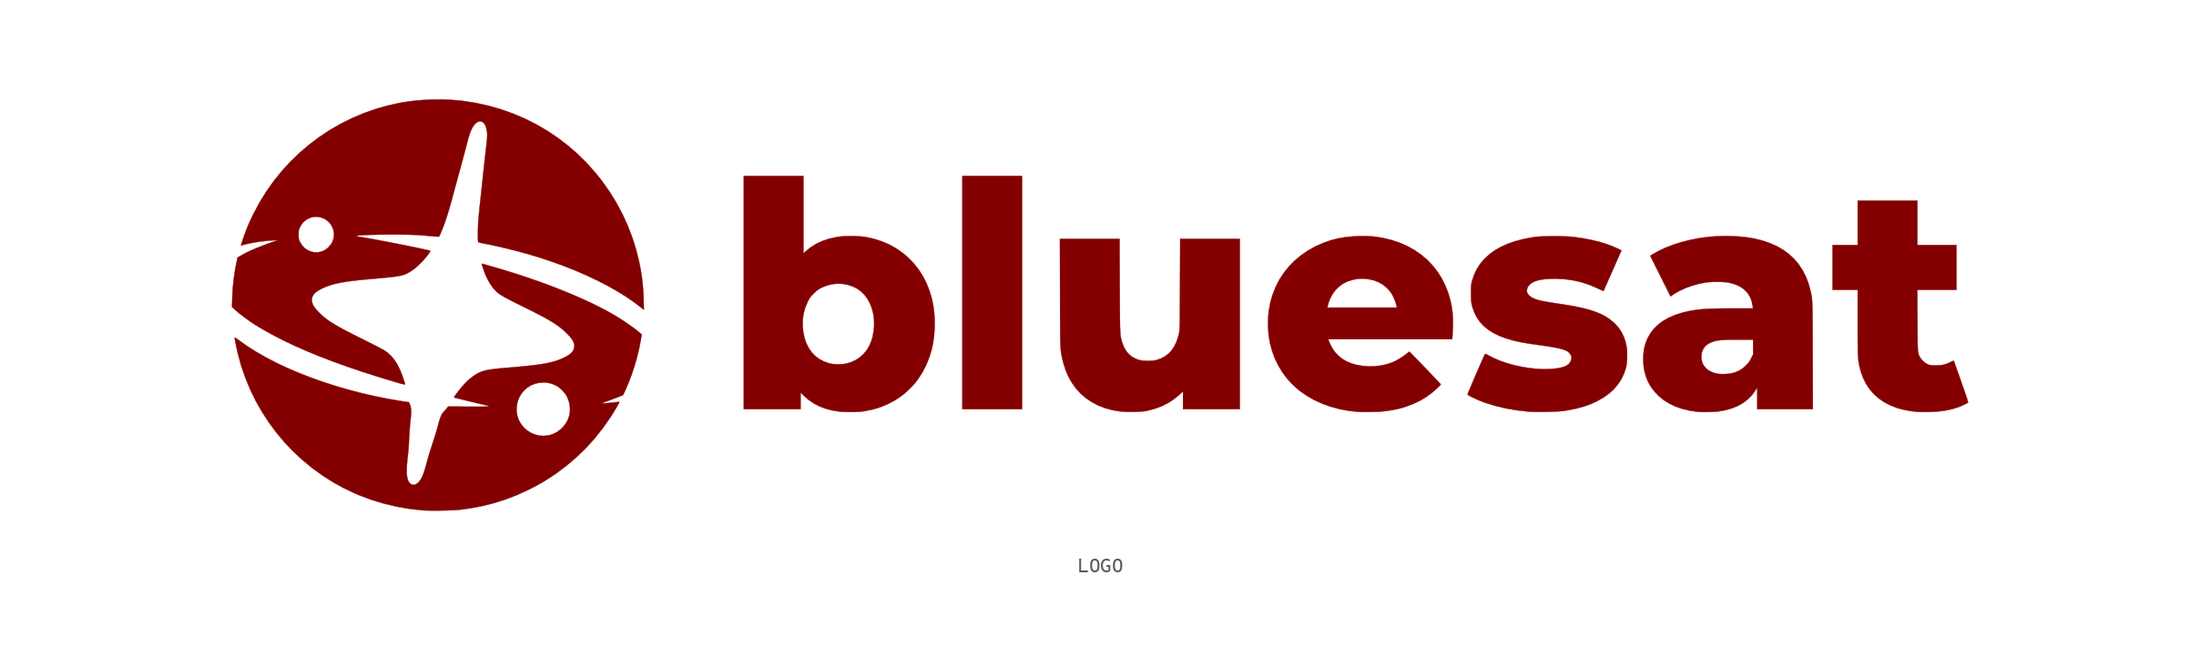
<source format=kicad_sym>
(kicad_symbol_lib
  (version 20210619)
  (generator bitmap2component)
  (symbol "LOGO"
    (pin_names
      (offset 1.016))
    (property "Reference" "#G"
      (at 0 13.492 0)
      (effects (font (size 1.27 1.27)) hide))
    (symbol "LOGO_0_0"
      (polyline (pts (xy -45.496 -14.114) (xy -45.215 -14.11) (xy -44.939 -14.104) (xy -44.679 -14.095) (xy -44.446 -14.085) (xy -44.248 -14.073) (xy -44.096 -14.06) (xy -43.392 -13.964) (xy -42.546 -13.805) (xy -41.728 -13.601) (xy -40.931 -13.349) (xy -40.151 -13.047) (xy -39.381 -12.696) (xy -39.337 -12.674) (xy -39.006 -12.507) (xy -38.711 -12.35) (xy -38.434 -12.193) (xy -38.16 -12.027) (xy -37.874 -11.845) (xy -37.442 -11.552) (xy -36.726 -11.014) (xy -36.05 -10.436) (xy -35.414 -9.819) (xy -34.819 -9.162) (xy -34.263 -8.464) (xy -33.747 -7.727) (xy -33.685 -7.631) (xy -33.58 -7.465) (xy -33.477 -7.298) (xy -33.379 -7.136) (xy -33.291 -6.986) (xy -33.217 -6.855) (xy -33.161 -6.751) (xy -33.128 -6.681) (xy -33.12 -6.651) (xy -33.148 -6.649) (xy -33.221 -6.654) (xy -33.327 -6.664) (xy -33.456 -6.68) (xy -33.539 -6.69) (xy -33.723 -6.71) (xy -33.912 -6.727) (xy -34.074 -6.738) (xy -34.37 -6.755) (xy -33.834 -6.556) (xy -33.655 -6.49) (xy -33.477 -6.423) (xy -33.313 -6.36) (xy -33.176 -6.307) (xy -33.08 -6.269) (xy -32.864 -6.179) (xy -32.733 -5.902) (xy -32.697 -5.824) (xy -32.477 -5.31) (xy -32.269 -4.756) (xy -32.079 -4.178) (xy -31.91 -3.59) (xy -31.769 -3.007) (xy -31.658 -2.444) (xy -31.585 -2.02) (xy -31.706 -1.913) (xy -31.79 -1.842) (xy -31.994 -1.679) (xy -32.235 -1.499) (xy -32.502 -1.309) (xy -32.787 -1.116) (xy -33.079 -0.926) (xy -33.37 -0.745) (xy -33.65 -0.58) (xy -33.729 -0.536) (xy -34.328 -0.212) (xy -34.978 0.112) (xy -35.677 0.437) (xy -36.419 0.76) (xy -37.202 1.079) (xy -38.021 1.394) (xy -38.872 1.702) (xy -39.751 2.002) (xy -40.655 2.292) (xy -40.748 2.321) (xy -40.949 2.382) (xy -41.164 2.447) (xy -41.384 2.513) (xy -41.604 2.577) (xy -41.817 2.639) (xy -42.016 2.696) (xy -42.195 2.747) (xy -42.346 2.789) (xy -42.463 2.82) (xy -42.54 2.839) (xy -42.569 2.844) (xy -42.569 2.844) (xy -42.565 2.811) (xy -42.544 2.736) (xy -42.511 2.63) (xy -42.468 2.504) (xy -42.421 2.369) (xy -42.371 2.234) (xy -42.323 2.11) (xy -42.281 2.009) (xy -42.142 1.721) (xy -41.951 1.397) (xy -41.743 1.118) (xy -41.523 0.89) (xy -41.469 0.845) (xy -41.366 0.769) (xy -41.237 0.684) (xy -41.077 0.589) (xy -40.883 0.48) (xy -40.651 0.357) (xy -40.379 0.217) (xy -40.062 0.058) (xy -39.696 -0.122) (xy -39.421 -0.257) (xy -39.006 -0.464) (xy -38.638 -0.653) (xy -38.31 -0.828) (xy -38.019 -0.991) (xy -37.761 -1.143) (xy -37.531 -1.29) (xy -37.325 -1.431) (xy -37.14 -1.571) (xy -36.97 -1.712) (xy -36.812 -1.857) (xy -36.661 -2.008) (xy -36.494 -2.193) (xy -36.365 -2.363) (xy -36.278 -2.518) (xy -36.229 -2.663) (xy -36.213 -2.807) (xy -36.216 -2.868) (xy -36.25 -3.027) (xy -36.325 -3.173) (xy -36.445 -3.309) (xy -36.612 -3.439) (xy -36.829 -3.565) (xy -37.1 -3.69) (xy -37.207 -3.734) (xy -37.408 -3.807) (xy -37.621 -3.873) (xy -37.853 -3.933) (xy -38.108 -3.989) (xy -38.391 -4.04) (xy -38.705 -4.089) (xy -39.058 -4.135) (xy -39.452 -4.179) (xy -39.893 -4.222) (xy -40.386 -4.266) (xy -40.513 -4.277) (xy -40.772 -4.299) (xy -40.985 -4.317) (xy -41.161 -4.332) (xy -41.306 -4.346) (xy -41.429 -4.358) (xy -41.537 -4.369) (xy -41.637 -4.381) (xy -41.738 -4.393) (xy -41.847 -4.408) (xy -41.971 -4.425) (xy -42.075 -4.44) (xy -42.336 -4.492) (xy -42.573 -4.564) (xy -42.795 -4.661) (xy -43.015 -4.788) (xy -43.244 -4.95) (xy -43.493 -5.154) (xy -43.494 -5.155) (xy -43.584 -5.239) (xy -43.69 -5.348) (xy -43.807 -5.475) (xy -43.928 -5.614) (xy -44.049 -5.757) (xy -44.163 -5.899) (xy -44.267 -6.032) (xy -44.354 -6.15) (xy -44.419 -6.246) (xy -44.457 -6.314) (xy -44.462 -6.347) (xy -44.462 -6.347) (xy -44.431 -6.357) (xy -44.352 -6.378) (xy -44.232 -6.408) (xy -44.078 -6.447) (xy -43.898 -6.491) (xy -43.697 -6.54) (xy -43.483 -6.592) (xy -43.263 -6.646) (xy -43.044 -6.698) (xy -42.832 -6.749) (xy -42.635 -6.796) (xy -42.459 -6.837) (xy -42.312 -6.871) (xy -42.2 -6.896) (xy -42.138 -6.911) (xy -42.09 -6.928) (xy -42.077 -6.941) (xy -42.101 -6.952) (xy -42.165 -6.961) (xy -42.271 -6.968) (xy -42.422 -6.973) (xy -42.62 -6.975) (xy -42.866 -6.976) (xy -43.165 -6.976) (xy -43.517 -6.974) (xy -44.866 -6.965) (xy -44.957 -7.078) (xy -45.019 -7.152) (xy -45.104 -7.25) (xy -45.105 -7.251) (xy -40.175 -7.251) (xy -40.166 -6.951) (xy -40.111 -6.658) (xy -40.01 -6.378) (xy -39.866 -6.118) (xy -39.681 -5.884) (xy -39.457 -5.682) (xy -39.197 -5.519) (xy -38.904 -5.399) (xy -38.596 -5.33) (xy -38.283 -5.312) (xy -37.973 -5.347) (xy -37.672 -5.433) (xy -37.387 -5.571) (xy -37.341 -5.6) (xy -37.186 -5.72) (xy -37.029 -5.868) (xy -36.886 -6.027) (xy -36.777 -6.179) (xy -36.678 -6.367) (xy -36.578 -6.649) (xy -36.52 -6.944) (xy -36.508 -7.24) (xy -36.544 -7.523) (xy -36.577 -7.651) (xy -36.686 -7.936) (xy -36.842 -8.195) (xy -37.049 -8.435) (xy -37.178 -8.555) (xy -37.4 -8.719) (xy -37.639 -8.841) (xy -37.91 -8.93) (xy -38.011 -8.953) (xy -38.314 -8.984) (xy -38.614 -8.963) (xy -38.906 -8.893) (xy -39.183 -8.777) (xy -39.439 -8.618) (xy -39.666 -8.42) (xy -39.859 -8.186) (xy -40.012 -7.918) (xy -40.042 -7.848) (xy -40.134 -7.552) (xy -40.175 -7.251) (xy -45.105 -7.251) (xy -45.191 -7.347) (xy -45.21 -7.369) (xy -45.262 -7.433) (xy -45.308 -7.503) (xy -45.351 -7.585) (xy -45.394 -7.687) (xy -45.438 -7.816) (xy -45.489 -7.979) (xy -45.547 -8.182) (xy -45.616 -8.434) (xy -45.629 -8.482) (xy -45.682 -8.669) (xy -45.748 -8.888) (xy -45.821 -9.123) (xy -45.896 -9.358) (xy -45.968 -9.578) (xy -45.985 -9.63) (xy -46.06 -9.862) (xy -46.138 -10.112) (xy -46.213 -10.36) (xy -46.28 -10.591) (xy -46.334 -10.786) (xy -46.388 -10.986) (xy -46.465 -11.257) (xy -46.537 -11.484) (xy -46.605 -11.671) (xy -46.673 -11.826) (xy -46.742 -11.955) (xy -46.816 -12.063) (xy -46.898 -12.158) (xy -46.963 -12.222) (xy -47.099 -12.313) (xy -47.232 -12.35) (xy -47.359 -12.333) (xy -47.478 -12.26) (xy -47.479 -12.259) (xy -47.57 -12.15) (xy -47.639 -12.002) (xy -47.687 -11.812) (xy -47.713 -11.579) (xy -47.718 -11.299) (xy -47.703 -10.971) (xy -47.668 -10.593) (xy -47.643 -10.371) (xy -47.622 -10.176) (xy -47.606 -10.01) (xy -47.593 -9.86) (xy -47.581 -9.71) (xy -47.572 -9.547) (xy -47.562 -9.357) (xy -47.551 -9.126) (xy -47.543 -8.974) (xy -47.527 -8.728) (xy -47.508 -8.472) (xy -47.487 -8.226) (xy -47.467 -8.015) (xy -47.447 -7.822) (xy -47.426 -7.601) (xy -47.414 -7.421) (xy -47.411 -7.276) (xy -47.416 -7.155) (xy -47.43 -7.053) (xy -47.453 -6.96) (xy -47.485 -6.868) (xy -47.561 -6.673) (xy -47.973 -6.611) (xy -48.086 -6.594) (xy -49.008 -6.436) (xy -49.926 -6.252) (xy -50.837 -6.041) (xy -51.737 -5.805) (xy -52.621 -5.547) (xy -53.485 -5.267) (xy -54.325 -4.967) (xy -55.138 -4.648) (xy -55.92 -4.313) (xy -56.665 -3.962) (xy -57.371 -3.596) (xy -58.032 -3.219) (xy -58.647 -2.83) (xy -59.209 -2.431) (xy -59.243 -2.406) (xy -59.351 -2.328) (xy -59.439 -2.269) (xy -59.5 -2.234) (xy -59.524 -2.228) (xy -59.525 -2.234) (xy -59.52 -2.286) (xy -59.507 -2.378) (xy -59.486 -2.501) (xy -59.46 -2.643) (xy -59.312 -3.324) (xy -59.078 -4.171) (xy -58.794 -4.999) (xy -58.459 -5.804) (xy -58.078 -6.584) (xy -57.65 -7.338) (xy -57.178 -8.063) (xy -56.663 -8.758) (xy -56.108 -9.42) (xy -55.513 -10.047) (xy -54.88 -10.637) (xy -54.212 -11.188) (xy -53.509 -11.699) (xy -52.773 -12.166) (xy -52.006 -12.588) (xy -51.209 -12.963) (xy -50.939 -13.077) (xy -50.116 -13.383) (xy -49.269 -13.639) (xy -48.404 -13.844) (xy -47.523 -13.997) (xy -46.633 -14.097) (xy -46.628 -14.097) (xy -46.472 -14.106) (xy -46.27 -14.112) (xy -46.034 -14.115) (xy -45.772 -14.116) (xy -45.496 -14.114)) (stroke (width 0.01)) (fill (type outline)))
      (polyline (pts (xy -17.099 -7.34) (xy -16.88 -7.336) (xy -16.686 -7.328) (xy -16.534 -7.316) (xy -16.314 -7.287) (xy -15.759 -7.178) (xy -15.222 -7.017) (xy -14.707 -6.806) (xy -14.218 -6.548) (xy -13.759 -6.242) (xy -13.677 -6.178) (xy -13.499 -6.03) (xy -13.31 -5.857) (xy -13.123 -5.676) (xy -12.953 -5.499) (xy -12.814 -5.341) (xy -12.589 -5.045) (xy -12.301 -4.589) (xy -12.051 -4.099) (xy -11.843 -3.58) (xy -11.68 -3.039) (xy -11.586 -2.594) (xy -11.518 -2.094) (xy -11.482 -1.574) (xy -11.479 -1.049) (xy -11.509 -0.534) (xy -11.572 -0.042) (xy -11.665 0.41) (xy -11.826 0.965) (xy -12.033 1.49) (xy -12.283 1.983) (xy -12.576 2.442) (xy -12.909 2.865) (xy -13.28 3.251) (xy -13.688 3.598) (xy -14.131 3.903) (xy -14.608 4.166) (xy -15.115 4.383) (xy -15.652 4.555) (xy -16.218 4.678) (xy -16.293 4.689) (xy -16.506 4.712) (xy -16.754 4.728) (xy -17.022 4.738) (xy -17.295 4.741) (xy -17.559 4.737) (xy -17.797 4.725) (xy -17.997 4.706) (xy -18.24 4.669) (xy -18.73 4.559) (xy -19.182 4.409) (xy -19.598 4.215) (xy -19.977 3.98) (xy -20.322 3.702) (xy -20.484 3.554) (xy -20.484 8.872) (xy -24.581 8.872) (xy -24.581 -1.482) (xy -20.535 -1.482) (xy -20.535 -1.037) (xy -20.481 -0.61) (xy -20.373 -0.199) (xy -20.211 0.197) (xy -20.176 0.268) (xy -20.112 0.391) (xy -20.051 0.489) (xy -19.984 0.579) (xy -19.897 0.675) (xy -19.78 0.794) (xy -19.743 0.831) (xy -19.63 0.94) (xy -19.535 1.021) (xy -19.444 1.086) (xy -19.34 1.146) (xy -19.208 1.213) (xy -18.895 1.34) (xy -18.547 1.429) (xy -18.194 1.47) (xy -17.84 1.462) (xy -17.494 1.407) (xy -17.163 1.306) (xy -16.852 1.159) (xy -16.568 0.966) (xy -16.522 0.927) (xy -16.282 0.686) (xy -16.078 0.406) (xy -15.911 0.091) (xy -15.781 -0.252) (xy -15.691 -0.618) (xy -15.641 -1.002) (xy -15.633 -1.399) (xy -15.669 -1.804) (xy -15.749 -2.212) (xy -15.805 -2.406) (xy -15.947 -2.758) (xy -16.129 -3.072) (xy -16.351 -3.348) (xy -16.609 -3.584) (xy -16.903 -3.776) (xy -17.23 -3.924) (xy -17.588 -4.026) (xy -17.645 -4.037) (xy -17.821 -4.055) (xy -18.024 -4.064) (xy -18.233 -4.061) (xy -18.429 -4.049) (xy -18.591 -4.026) (xy -18.753 -3.987) (xy -19.094 -3.866) (xy -19.404 -3.7) (xy -19.679 -3.49) (xy -19.92 -3.239) (xy -20.123 -2.947) (xy -20.289 -2.618) (xy -20.414 -2.253) (xy -20.497 -1.854) (xy -20.535 -1.482) (xy -24.581 -1.482) (xy -24.581 -7.148) (xy -20.682 -7.148) (xy -20.682 -6.008) (xy -20.434 -6.248) (xy -20.153 -6.495) (xy -19.792 -6.745) (xy -19.397 -6.951) (xy -18.967 -7.114) (xy -18.501 -7.235) (xy -17.997 -7.315) (xy -17.933 -7.321) (xy -17.761 -7.331) (xy -17.555 -7.338) (xy -17.329 -7.341) (xy -17.099 -7.34)) (stroke (width 0.01)) (fill (type outline)))
      (polyline (pts (xy 2.19 -7.333) (xy 2.43 -7.327) (xy 2.652 -7.315) (xy 2.843 -7.299) (xy 2.991 -7.279) (xy 3.202 -7.235) (xy 3.691 -7.101) (xy 4.146 -6.926) (xy 4.57 -6.708) (xy 4.969 -6.443) (xy 5.347 -6.13) (xy 5.566 -5.929) (xy 5.566 -7.148) (xy 9.465 -7.148) (xy 9.465 4.549) (xy 5.371 4.549) (xy 5.36 1.448) (xy 5.359 1.089) (xy 5.357 0.634) (xy 5.355 0.231) (xy 5.353 -0.125) (xy 5.351 -0.437) (xy 5.349 -0.707) (xy 5.347 -0.94) (xy 5.344 -1.138) (xy 5.341 -1.306) (xy 5.337 -1.445) (xy 5.333 -1.56) (xy 5.328 -1.653) (xy 5.323 -1.729) (xy 5.317 -1.789) (xy 5.311 -1.839) (xy 5.303 -1.88) (xy 5.252 -2.105) (xy 5.133 -2.477) (xy 4.984 -2.802) (xy 4.801 -3.083) (xy 4.586 -3.32) (xy 4.336 -3.514) (xy 4.051 -3.666) (xy 3.729 -3.778) (xy 3.664 -3.792) (xy 3.5 -3.814) (xy 3.306 -3.826) (xy 3.099 -3.828) (xy 2.897 -3.82) (xy 2.716 -3.802) (xy 2.573 -3.775) (xy 2.4 -3.719) (xy 2.13 -3.589) (xy 1.897 -3.417) (xy 1.701 -3.201) (xy 1.54 -2.943) (xy 1.415 -2.64) (xy 1.4 -2.594) (xy 1.375 -2.518) (xy 1.353 -2.447) (xy 1.333 -2.377) (xy 1.315 -2.305) (xy 1.3 -2.227) (xy 1.287 -2.14) (xy 1.275 -2.041) (xy 1.266 -1.926) (xy 1.258 -1.792) (xy 1.251 -1.635) (xy 1.245 -1.453) (xy 1.24 -1.241) (xy 1.237 -0.996) (xy 1.234 -0.716) (xy 1.231 -0.395) (xy 1.229 -0.032) (xy 1.227 0.378) (xy 1.225 0.837) (xy 1.223 1.349) (xy 1.211 4.549) (xy -2.884 4.549) (xy -2.874 0.841) (xy -2.874 0.787) (xy -2.873 0.25) (xy -2.872 -0.234) (xy -2.87 -0.668) (xy -2.869 -1.055) (xy -2.867 -1.4) (xy -2.865 -1.704) (xy -2.863 -1.972) (xy -2.86 -2.207) (xy -2.856 -2.412) (xy -2.851 -2.59) (xy -2.846 -2.744) (xy -2.839 -2.878) (xy -2.831 -2.995) (xy -2.822 -3.098) (xy -2.811 -3.191) (xy -2.799 -3.277) (xy -2.786 -3.358) (xy -2.77 -3.439) (xy -2.753 -3.522) (xy -2.733 -3.612) (xy -2.712 -3.71) (xy -2.656 -3.947) (xy -2.498 -4.45) (xy -2.298 -4.917) (xy -2.056 -5.345) (xy -1.774 -5.736) (xy -1.452 -6.086) (xy -1.093 -6.396) (xy -0.696 -6.664) (xy -0.262 -6.89) (xy 0.206 -7.072) (xy 0.708 -7.21) (xy 1.243 -7.303) (xy 1.298 -7.309) (xy 1.485 -7.323) (xy 1.705 -7.332) (xy 1.944 -7.335) (xy 2.19 -7.333)) (stroke (width 0.01)) (fill (type outline)))
      (polyline (pts (xy 18.399 -7.34) (xy 18.62 -7.337) (xy 18.824 -7.332) (xy 18.997 -7.325) (xy 19.128 -7.316) (xy 19.172 -7.312) (xy 19.425 -7.284) (xy 19.689 -7.248) (xy 19.948 -7.206) (xy 20.186 -7.162) (xy 20.383 -7.118) (xy 20.791 -7.002) (xy 21.321 -6.808) (xy 21.818 -6.573) (xy 22.279 -6.299) (xy 22.701 -5.987) (xy 23.082 -5.64) (xy 23.264 -5.454) (xy 23.181 -5.355) (xy 23.175 -5.349) (xy 23.13 -5.3) (xy 23.054 -5.218) (xy 22.95 -5.108) (xy 22.823 -4.975) (xy 22.678 -4.822) (xy 22.519 -4.656) (xy 22.35 -4.479) (xy 22.176 -4.298) (xy 22.001 -4.116) (xy 21.83 -3.938) (xy 21.667 -3.769) (xy 21.517 -3.614) (xy 21.383 -3.476) (xy 21.271 -3.361) (xy 21.184 -3.272) (xy 21.127 -3.216) (xy 21.105 -3.196) (xy 21.094 -3.201) (xy 21.047 -3.235) (xy 20.972 -3.292) (xy 20.88 -3.365) (xy 20.681 -3.513) (xy 20.425 -3.679) (xy 20.165 -3.824) (xy 19.918 -3.938) (xy 19.854 -3.963) (xy 19.481 -4.08) (xy 19.09 -4.159) (xy 18.688 -4.201) (xy 18.284 -4.206) (xy 17.886 -4.175) (xy 17.501 -4.108) (xy 17.138 -4.006) (xy 16.805 -3.869) (xy 16.509 -3.699) (xy 16.408 -3.623) (xy 16.228 -3.467) (xy 16.058 -3.291) (xy 15.917 -3.118) (xy 15.883 -3.068) (xy 15.809 -2.943) (xy 15.73 -2.798) (xy 15.655 -2.649) (xy 15.594 -2.514) (xy 15.555 -2.409) (xy 15.536 -2.345) (xy 24.037 -2.345) (xy 24.054 -2.197) (xy 24.055 -2.191) (xy 24.061 -2.111) (xy 24.069 -1.988) (xy 24.076 -1.832) (xy 24.083 -1.655) (xy 24.09 -1.469) (xy 24.094 -1.237) (xy 24.088 -0.851) (xy 24.061 -0.491) (xy 24.013 -0.139) (xy 23.942 0.222) (xy 23.938 0.243) (xy 23.784 0.798) (xy 23.583 1.324) (xy 23.337 1.819) (xy 23.046 2.28) (xy 22.713 2.707) (xy 22.339 3.099) (xy 21.926 3.452) (xy 21.476 3.767) (xy 20.989 4.041) (xy 20.469 4.273) (xy 19.916 4.461) (xy 19.331 4.604) (xy 19.298 4.611) (xy 18.966 4.669) (xy 18.648 4.71) (xy 18.327 4.734) (xy 17.985 4.743) (xy 17.605 4.738) (xy 17.281 4.724) (xy 16.719 4.67) (xy 16.189 4.578) (xy 15.68 4.446) (xy 15.186 4.272) (xy 14.697 4.055) (xy 14.637 4.025) (xy 14.125 3.737) (xy 13.652 3.41) (xy 13.22 3.046) (xy 12.83 2.647) (xy 12.484 2.215) (xy 12.182 1.752) (xy 11.928 1.26) (xy 11.721 0.741) (xy 11.564 0.197) (xy 11.496 -0.17) (xy 15.477 -0.17) (xy 15.496 -0.064) (xy 15.509 -0.005) (xy 15.538 0.102) (xy 15.573 0.212) (xy 15.658 0.434) (xy 15.827 0.754) (xy 16.037 1.037) (xy 16.285 1.28) (xy 16.567 1.48) (xy 16.881 1.635) (xy 17.225 1.744) (xy 17.596 1.805) (xy 17.924 1.816) (xy 18.287 1.785) (xy 18.635 1.709) (xy 18.959 1.589) (xy 19.251 1.428) (xy 19.257 1.424) (xy 19.412 1.307) (xy 19.572 1.162) (xy 19.718 1.009) (xy 19.832 0.864) (xy 19.859 0.823) (xy 19.959 0.649) (xy 20.054 0.447) (xy 20.137 0.24) (xy 20.196 0.05) (xy 20.252 -0.17) (xy 15.477 -0.17) (xy 11.496 -0.17) (xy 11.458 -0.37) (xy 11.408 -0.879) (xy 11.398 -1.459) (xy 11.439 -2.027) (xy 11.53 -2.582) (xy 11.671 -3.12) (xy 11.859 -3.637) (xy 12.094 -4.131) (xy 12.374 -4.598) (xy 12.699 -5.036) (xy 13.067 -5.44) (xy 13.477 -5.809) (xy 13.597 -5.904) (xy 14.069 -6.233) (xy 14.578 -6.522) (xy 15.12 -6.77) (xy 15.692 -6.976) (xy 16.29 -7.139) (xy 16.909 -7.256) (xy 17.546 -7.327) (xy 17.607 -7.33) (xy 17.765 -7.336) (xy 17.958 -7.34) (xy 18.174 -7.341) (xy 18.399 -7.34)) (stroke (width 0.01)) (fill (type outline)))
      (polyline (pts (xy 30.279 -7.335) (xy 30.547 -7.33) (xy 30.811 -7.324) (xy 31.061 -7.315) (xy 31.285 -7.304) (xy 31.473 -7.292) (xy 31.616 -7.277) (xy 32.012 -7.218) (xy 32.552 -7.11) (xy 33.05 -6.976) (xy 33.513 -6.813) (xy 33.947 -6.62) (xy 33.984 -6.601) (xy 34.413 -6.358) (xy 34.794 -6.087) (xy 35.126 -5.788) (xy 35.41 -5.459) (xy 35.645 -5.102) (xy 35.832 -4.716) (xy 35.972 -4.3) (xy 35.975 -4.289) (xy 36.003 -4.143) (xy 36.025 -3.957) (xy 36.04 -3.745) (xy 36.048 -3.522) (xy 36.049 -3.302) (xy 36.041 -3.101) (xy 36.025 -2.932) (xy 35.951 -2.558) (xy 35.824 -2.177) (xy 35.65 -1.827) (xy 35.429 -1.508) (xy 35.16 -1.22) (xy 34.844 -0.962) (xy 34.658 -0.837) (xy 34.422 -0.702) (xy 34.166 -0.578) (xy 33.884 -0.464) (xy 33.573 -0.358) (xy 33.228 -0.26) (xy 32.845 -0.168) (xy 32.418 -0.081) (xy 31.944 0.004) (xy 31.418 0.086) (xy 31.265 0.109) (xy 30.952 0.157) (xy 30.686 0.2) (xy 30.463 0.238) (xy 30.275 0.273) (xy 30.118 0.307) (xy 29.985 0.339) (xy 29.87 0.371) (xy 29.709 0.427) (xy 29.498 0.528) (xy 29.338 0.643) (xy 29.23 0.772) (xy 29.174 0.913) (xy 29.172 1.065) (xy 29.226 1.226) (xy 29.269 1.301) (xy 29.39 1.44) (xy 29.555 1.557) (xy 29.766 1.651) (xy 30.023 1.723) (xy 30.33 1.774) (xy 30.686 1.803) (xy 31.093 1.812) (xy 31.149 1.812) (xy 31.761 1.781) (xy 32.35 1.7) (xy 32.923 1.567) (xy 33.486 1.382) (xy 34.043 1.142) (xy 34.108 1.111) (xy 34.233 1.052) (xy 34.334 1.006) (xy 34.402 0.977) (xy 34.428 0.968) (xy 34.428 0.968) (xy 34.444 1.002) (xy 34.479 1.081) (xy 34.531 1.198) (xy 34.598 1.349) (xy 34.677 1.528) (xy 34.765 1.728) (xy 34.861 1.943) (xy 34.96 2.168) (xy 35.061 2.397) (xy 35.161 2.624) (xy 35.258 2.844) (xy 35.348 3.05) (xy 35.43 3.236) (xy 35.501 3.396) (xy 35.557 3.526) (xy 35.598 3.618) (xy 35.619 3.667) (xy 35.658 3.76) (xy 35.339 3.913) (xy 35.153 3.998) (xy 34.689 4.178) (xy 34.177 4.337) (xy 33.621 4.475) (xy 33.025 4.589) (xy 32.393 4.68) (xy 32.336 4.686) (xy 32.123 4.704) (xy 31.871 4.718) (xy 31.592 4.727) (xy 31.295 4.733) (xy 30.991 4.734) (xy 30.691 4.732) (xy 30.405 4.725) (xy 30.143 4.715) (xy 29.917 4.7) (xy 29.737 4.681) (xy 29.532 4.652) (xy 28.931 4.538) (xy 28.374 4.393) (xy 27.862 4.215) (xy 27.394 4.005) (xy 26.971 3.764) (xy 26.593 3.491) (xy 26.262 3.187) (xy 25.977 2.853) (xy 25.739 2.488) (xy 25.549 2.094) (xy 25.406 1.669) (xy 25.382 1.579) (xy 25.363 1.491) (xy 25.349 1.404) (xy 25.341 1.306) (xy 25.335 1.186) (xy 25.333 1.032) (xy 25.332 0.834) (xy 25.332 0.802) (xy 25.333 0.601) (xy 25.337 0.443) (xy 25.344 0.316) (xy 25.355 0.209) (xy 25.371 0.111) (xy 25.393 0.009) (xy 25.425 -0.119) (xy 25.554 -0.495) (xy 25.727 -0.839) (xy 25.944 -1.152) (xy 26.206 -1.435) (xy 26.514 -1.69) (xy 26.869 -1.915) (xy 27.271 -2.113) (xy 27.723 -2.284) (xy 28.224 -2.429) (xy 28.376 -2.466) (xy 28.552 -2.506) (xy 28.731 -2.543) (xy 28.921 -2.579) (xy 29.132 -2.615) (xy 29.373 -2.653) (xy 29.651 -2.694) (xy 29.977 -2.74) (xy 30.223 -2.774) (xy 30.59 -2.829) (xy 30.907 -2.881) (xy 31.178 -2.931) (xy 31.407 -2.981) (xy 31.598 -3.032) (xy 31.756 -3.085) (xy 31.884 -3.142) (xy 31.986 -3.204) (xy 32.067 -3.271) (xy 32.13 -3.346) (xy 32.179 -3.43) (xy 32.208 -3.492) (xy 32.23 -3.561) (xy 32.231 -3.63) (xy 32.214 -3.725) (xy 32.196 -3.796) (xy 32.13 -3.937) (xy 32.027 -4.058) (xy 31.884 -4.157) (xy 31.698 -4.238) (xy 31.467 -4.302) (xy 31.187 -4.35) (xy 30.855 -4.383) (xy 30.814 -4.386) (xy 30.343 -4.399) (xy 29.847 -4.378) (xy 29.338 -4.325) (xy 28.824 -4.242) (xy 28.316 -4.13) (xy 27.822 -3.994) (xy 27.353 -3.833) (xy 26.919 -3.651) (xy 26.528 -3.45) (xy 26.493 -3.43) (xy 26.402 -3.384) (xy 26.334 -3.357) (xy 26.302 -3.354) (xy 26.293 -3.368) (xy 26.262 -3.429) (xy 26.214 -3.531) (xy 26.15 -3.671) (xy 26.074 -3.84) (xy 25.988 -4.034) (xy 25.895 -4.247) (xy 25.797 -4.473) (xy 25.696 -4.705) (xy 25.595 -4.939) (xy 25.497 -5.167) (xy 25.405 -5.385) (xy 25.32 -5.587) (xy 25.245 -5.766) (xy 25.183 -5.917) (xy 25.136 -6.034) (xy 25.107 -6.111) (xy 25.098 -6.142) (xy 25.101 -6.147) (xy 25.144 -6.183) (xy 25.23 -6.234) (xy 25.351 -6.298) (xy 25.497 -6.37) (xy 25.661 -6.446) (xy 25.835 -6.523) (xy 26.011 -6.597) (xy 26.179 -6.663) (xy 26.332 -6.719) (xy 26.988 -6.919) (xy 27.719 -7.093) (xy 28.483 -7.225) (xy 29.285 -7.317) (xy 29.372 -7.323) (xy 29.553 -7.33) (xy 29.772 -7.335) (xy 30.017 -7.336) (xy 30.279 -7.335)) (stroke (width 0.01)) (fill (type outline)))
      (polyline (pts (xy 41.562 -7.341) (xy 41.782 -7.336) (xy 41.991 -7.328) (xy 42.173 -7.317) (xy 42.315 -7.303) (xy 42.332 -7.301) (xy 42.809 -7.215) (xy 43.247 -7.09) (xy 43.646 -6.925) (xy 44.006 -6.722) (xy 44.326 -6.479) (xy 44.605 -6.199) (xy 44.842 -5.88) (xy 44.98 -5.665) (xy 44.98 -7.148) (xy 48.796 -7.148) (xy 48.787 -3.468) (xy 48.786 -3.36) (xy 48.785 -2.827) (xy 48.784 -2.348) (xy 48.783 -1.917) (xy 48.781 -1.533) (xy 48.78 -1.191) (xy 48.777 -0.889) (xy 48.775 -0.624) (xy 48.771 -0.391) (xy 48.767 -0.189) (xy 48.762 -0.013) (xy 48.756 0.14) (xy 48.748 0.273) (xy 48.739 0.389) (xy 48.729 0.491) (xy 48.718 0.583) (xy 48.704 0.668) (xy 48.689 0.749) (xy 48.671 0.83) (xy 48.652 0.914) (xy 48.63 1.003) (xy 48.606 1.102) (xy 48.491 1.508) (xy 48.309 1.981) (xy 48.083 2.418) (xy 47.815 2.819) (xy 47.504 3.182) (xy 47.151 3.509) (xy 46.756 3.798) (xy 46.319 4.049) (xy 45.84 4.263) (xy 45.32 4.439) (xy 44.76 4.576) (xy 44.346 4.646) (xy 43.853 4.702) (xy 43.332 4.735) (xy 42.794 4.745) (xy 42.253 4.731) (xy 41.72 4.694) (xy 41.208 4.633) (xy 40.918 4.587) (xy 40.321 4.468) (xy 39.747 4.32) (xy 39.201 4.146) (xy 38.69 3.948) (xy 38.22 3.728) (xy 37.797 3.489) (xy 37.636 3.387) (xy 38.332 1.993) (xy 39.029 0.599) (xy 39.229 0.734) (xy 39.282 0.769) (xy 39.64 0.976) (xy 40.039 1.161) (xy 40.469 1.32) (xy 40.92 1.449) (xy 41.381 1.544) (xy 41.44 1.553) (xy 41.647 1.575) (xy 41.884 1.59) (xy 42.136 1.597) (xy 42.389 1.595) (xy 42.629 1.586) (xy 42.842 1.569) (xy 43.013 1.544) (xy 43.134 1.518) (xy 43.462 1.423) (xy 43.747 1.299) (xy 43.994 1.143) (xy 44.208 0.954) (xy 44.349 0.786) (xy 44.495 0.541) (xy 44.6 0.265) (xy 44.664 -0.049) (xy 44.688 -0.226) (xy 43.287 -0.226) (xy 43.191 -0.226) (xy 42.74 -0.228) (xy 42.339 -0.233) (xy 41.981 -0.241) (xy 41.661 -0.253) (xy 41.373 -0.269) (xy 41.111 -0.289) (xy 40.869 -0.315) (xy 40.641 -0.347) (xy 40.422 -0.385) (xy 40.206 -0.429) (xy 39.986 -0.48) (xy 39.76 -0.539) (xy 39.29 -0.695) (xy 38.866 -0.884) (xy 38.488 -1.104) (xy 38.156 -1.356) (xy 37.87 -1.64) (xy 37.631 -1.955) (xy 37.439 -2.301) (xy 37.294 -2.679) (xy 37.223 -2.962) (xy 37.169 -3.339) (xy 37.164 -3.472) (xy 41.145 -3.472) (xy 41.18 -3.251) (xy 41.263 -3.033) (xy 41.394 -2.845) (xy 41.571 -2.689) (xy 41.794 -2.566) (xy 42.064 -2.474) (xy 42.071 -2.472) (xy 42.186 -2.446) (xy 42.316 -2.425) (xy 42.466 -2.408) (xy 42.642 -2.395) (xy 42.85 -2.385) (xy 43.097 -2.379) (xy 43.388 -2.375) (xy 43.73 -2.374) (xy 44.697 -2.373) (xy 44.697 -3.385) (xy 44.566 -3.649) (xy 44.543 -3.694) (xy 44.474 -3.818) (xy 44.401 -3.925) (xy 44.312 -4.03) (xy 44.192 -4.154) (xy 44 -4.326) (xy 43.797 -4.465) (xy 43.574 -4.574) (xy 43.313 -4.662) (xy 43.217 -4.685) (xy 43.022 -4.715) (xy 42.803 -4.732) (xy 42.58 -4.737) (xy 42.373 -4.728) (xy 42.201 -4.705) (xy 42.186 -4.702) (xy 41.909 -4.619) (xy 41.671 -4.5) (xy 41.474 -4.349) (xy 41.32 -4.168) (xy 41.212 -3.959) (xy 41.153 -3.726) (xy 41.145 -3.472) (xy 37.164 -3.472) (xy 37.153 -3.732) (xy 37.174 -4.129) (xy 37.232 -4.514) (xy 37.327 -4.874) (xy 37.467 -5.228) (xy 37.657 -5.577) (xy 37.894 -5.902) (xy 38.182 -6.21) (xy 38.232 -6.257) (xy 38.575 -6.535) (xy 38.959 -6.774) (xy 39.382 -6.973) (xy 39.843 -7.131) (xy 40.344 -7.249) (xy 40.883 -7.327) (xy 40.977 -7.334) (xy 41.145 -7.34) (xy 41.345 -7.342) (xy 41.562 -7.341)) (stroke (width 0.01)) (fill (type outline)))
      (polyline (pts (xy 56.882 -7.338) (xy 57.419 -7.306) (xy 57.921 -7.238) (xy 58.386 -7.137) (xy 58.81 -7.003) (xy 59.191 -6.835) (xy 59.223 -6.819) (xy 59.322 -6.767) (xy 59.399 -6.725) (xy 59.441 -6.701) (xy 59.445 -6.694) (xy 59.444 -6.664) (xy 59.433 -6.611) (xy 59.411 -6.529) (xy 59.377 -6.416) (xy 59.328 -6.268) (xy 59.266 -6.081) (xy 59.187 -5.852) (xy 59.091 -5.577) (xy 58.977 -5.252) (xy 58.93 -5.119) (xy 58.838 -4.856) (xy 58.751 -4.612) (xy 58.673 -4.392) (xy 58.605 -4.2) (xy 58.549 -4.042) (xy 58.506 -3.922) (xy 58.478 -3.846) (xy 58.467 -3.818) (xy 58.459 -3.818) (xy 58.41 -3.837) (xy 58.328 -3.873) (xy 58.225 -3.922) (xy 58.166 -3.95) (xy 57.988 -4.028) (xy 57.824 -4.081) (xy 57.656 -4.115) (xy 57.468 -4.132) (xy 57.242 -4.138) (xy 57.183 -4.138) (xy 57.037 -4.136) (xy 56.928 -4.13) (xy 56.845 -4.119) (xy 56.773 -4.101) (xy 56.698 -4.073) (xy 56.685 -4.068) (xy 56.529 -3.981) (xy 56.376 -3.859) (xy 56.243 -3.719) (xy 56.148 -3.577) (xy 56.124 -3.53) (xy 56.098 -3.477) (xy 56.075 -3.426) (xy 56.056 -3.373) (xy 56.039 -3.314) (xy 56.026 -3.245) (xy 56.015 -3.16) (xy 56.006 -3.057) (xy 55.998 -2.931) (xy 55.993 -2.778) (xy 55.989 -2.593) (xy 55.986 -2.373) (xy 55.983 -2.113) (xy 55.981 -1.809) (xy 55.98 -1.457) (xy 55.978 -1.052) (xy 55.968 1.045) (xy 58.654 1.045) (xy 58.654 4.125) (xy 55.971 4.125) (xy 55.971 7.176) (xy 51.874 7.176) (xy 51.874 4.125) (xy 50.15 4.125) (xy 50.15 1.045) (xy 51.874 1.045) (xy 51.874 -1.488) (xy 51.874 -1.892) (xy 51.875 -2.247) (xy 51.877 -2.557) (xy 51.879 -2.827) (xy 51.883 -3.061) (xy 51.889 -3.263) (xy 51.896 -3.438) (xy 51.905 -3.59) (xy 51.916 -3.724) (xy 51.929 -3.844) (xy 51.946 -3.954) (xy 51.965 -4.06) (xy 51.986 -4.164) (xy 52.012 -4.272) (xy 52.041 -4.388) (xy 52.093 -4.579) (xy 52.253 -5.018) (xy 52.456 -5.422) (xy 52.702 -5.79) (xy 52.991 -6.12) (xy 53.322 -6.413) (xy 53.694 -6.668) (xy 54.106 -6.883) (xy 54.558 -7.059) (xy 54.796 -7.13) (xy 55.147 -7.212) (xy 55.525 -7.279) (xy 55.914 -7.327) (xy 55.915 -7.327) (xy 55.975 -7.33) (xy 56.081 -7.334) (xy 56.222 -7.337) (xy 56.386 -7.34) (xy 56.564 -7.341) (xy 56.882 -7.338)) (stroke (width 0.01)) (fill (type outline)))
      (polyline (pts (xy -5.481 8.872) (xy -9.578 8.872) (xy -9.578 -7.148) (xy -5.481 -7.148) (xy -5.481 8.872)) (stroke (width 0.01)) (fill (type outline)))
      (polyline (pts (xy -47.839 -5.441) (xy -47.833 -5.425) (xy -47.834 -5.417) (xy -47.849 -5.364) (xy -47.877 -5.272) (xy -47.915 -5.151) (xy -47.96 -5.011) (xy -48.016 -4.847) (xy -48.18 -4.436) (xy -48.361 -4.075) (xy -48.56 -3.762) (xy -48.78 -3.495) (xy -49.023 -3.271) (xy -49.291 -3.086) (xy -49.337 -3.059) (xy -49.446 -3.001) (xy -49.594 -2.922) (xy -49.776 -2.829) (xy -49.984 -2.722) (xy -50.212 -2.607) (xy -50.454 -2.486) (xy -50.702 -2.362) (xy -50.968 -2.23) (xy -51.373 -2.026) (xy -51.733 -1.841) (xy -52.053 -1.673) (xy -52.335 -1.519) (xy -52.585 -1.376) (xy -52.806 -1.242) (xy -53.002 -1.115) (xy -53.178 -0.991) (xy -53.337 -0.869) (xy -53.484 -0.746) (xy -53.623 -0.619) (xy -53.758 -0.487) (xy -53.909 -0.324) (xy -54.059 -0.133) (xy -54.161 0.042) (xy -54.218 0.208) (xy -54.231 0.368) (xy -54.204 0.527) (xy -54.178 0.602) (xy -54.094 0.742) (xy -53.968 0.872) (xy -53.793 0.997) (xy -53.567 1.122) (xy -53.447 1.179) (xy -53.253 1.262) (xy -53.049 1.337) (xy -52.831 1.405) (xy -52.594 1.468) (xy -52.333 1.525) (xy -52.044 1.577) (xy -51.722 1.627) (xy -51.362 1.673) (xy -50.959 1.719) (xy -50.51 1.763) (xy -50.009 1.808) (xy -49.857 1.821) (xy -49.49 1.854) (xy -49.173 1.883) (xy -48.9 1.911) (xy -48.667 1.937) (xy -48.469 1.963) (xy -48.301 1.989) (xy -48.157 2.017) (xy -48.034 2.047) (xy -47.926 2.079) (xy -47.828 2.116) (xy -47.734 2.157) (xy -47.642 2.203) (xy -47.491 2.287) (xy -47.251 2.448) (xy -47.011 2.643) (xy -46.76 2.882) (xy -46.741 2.901) (xy -46.623 3.025) (xy -46.505 3.158) (xy -46.392 3.292) (xy -46.29 3.419) (xy -46.204 3.533) (xy -46.139 3.628) (xy -46.102 3.694) (xy -46.098 3.727) (xy -46.128 3.739) (xy -46.211 3.762) (xy -46.34 3.793) (xy -46.51 3.832) (xy -46.717 3.877) (xy -46.957 3.928) (xy -47.223 3.984) (xy -47.512 4.043) (xy -47.818 4.105) (xy -48.137 4.168) (xy -48.464 4.233) (xy -48.794 4.298) (xy -49.122 4.361) (xy -49.444 4.422) (xy -49.754 4.48) (xy -50.047 4.535) (xy -50.32 4.584) (xy -50.567 4.627) (xy -50.783 4.664) (xy -50.963 4.693) (xy -51.006 4.7) (xy -51.099 4.718) (xy -51.16 4.736) (xy -51.175 4.749) (xy -51.172 4.751) (xy -51.119 4.767) (xy -51.014 4.782) (xy -50.861 4.795) (xy -50.662 4.808) (xy -50.424 4.819) (xy -50.148 4.828) (xy -49.839 4.835) (xy -49.501 4.841) (xy -49.137 4.844) (xy -48.752 4.845) (xy -48.556 4.845) (xy -48.214 4.844) (xy -47.914 4.841) (xy -47.648 4.837) (xy -47.407 4.831) (xy -47.181 4.823) (xy -46.96 4.811) (xy -46.737 4.797) (xy -46.501 4.779) (xy -46.244 4.757) (xy -45.957 4.73) (xy -45.876 4.723) (xy -45.722 4.71) (xy -45.614 4.704) (xy -45.544 4.705) (xy -45.503 4.712) (xy -45.484 4.725) (xy -45.482 4.727) (xy -45.46 4.772) (xy -45.422 4.857) (xy -45.372 4.97) (xy -45.316 5.1) (xy -45.235 5.298) (xy -45.114 5.624) (xy -44.987 5.999) (xy -44.856 6.418) (xy -44.721 6.878) (xy -44.584 7.374) (xy -44.572 7.42) (xy -44.501 7.683) (xy -44.421 7.981) (xy -44.335 8.298) (xy -44.248 8.618) (xy -44.164 8.925) (xy -44.088 9.202) (xy -44.067 9.277) (xy -43.992 9.554) (xy -43.912 9.85) (xy -43.831 10.15) (xy -43.754 10.438) (xy -43.685 10.702) (xy -43.626 10.926) (xy -43.622 10.943) (xy -43.555 11.198) (xy -43.499 11.407) (xy -43.451 11.577) (xy -43.408 11.716) (xy -43.368 11.834) (xy -43.328 11.936) (xy -43.286 12.031) (xy -43.239 12.129) (xy -43.176 12.243) (xy -43.05 12.418) (xy -42.918 12.54) (xy -42.785 12.608) (xy -42.655 12.624) (xy -42.533 12.588) (xy -42.423 12.502) (xy -42.33 12.365) (xy -42.257 12.179) (xy -42.209 11.945) (xy -42.206 11.915) (xy -42.197 11.83) (xy -42.193 11.741) (xy -42.193 11.642) (xy -42.197 11.526) (xy -42.207 11.387) (xy -42.223 11.218) (xy -42.245 11.013) (xy -42.273 10.765) (xy -42.308 10.468) (xy -42.312 10.432) (xy -42.338 10.21) (xy -42.367 9.954) (xy -42.397 9.685) (xy -42.426 9.421) (xy -42.451 9.182) (xy -42.47 9.003) (xy -42.495 8.77) (xy -42.523 8.503) (xy -42.554 8.214) (xy -42.586 7.915) (xy -42.618 7.617) (xy -42.649 7.332) (xy -42.654 7.285) (xy -42.683 7.016) (xy -42.711 6.751) (xy -42.736 6.497) (xy -42.76 6.264) (xy -42.779 6.06) (xy -42.794 5.896) (xy -42.803 5.778) (xy -42.805 5.753) (xy -42.814 5.594) (xy -42.821 5.413) (xy -42.827 5.22) (xy -42.83 5.025) (xy -42.832 4.838) (xy -42.831 4.668) (xy -42.828 4.526) (xy -42.823 4.42) (xy -42.815 4.361) (xy -42.815 4.358) (xy -42.8 4.331) (xy -42.767 4.309) (xy -42.708 4.289) (xy -42.612 4.267) (xy -42.47 4.239) (xy -42.259 4.199) (xy -41.809 4.106) (xy -41.325 3.999) (xy -40.823 3.88) (xy -40.317 3.754) (xy -39.819 3.623) (xy -39.344 3.49) (xy -38.618 3.271) (xy -37.764 2.989) (xy -36.934 2.688) (xy -36.13 2.368) (xy -35.357 2.033) (xy -34.618 1.683) (xy -33.917 1.32) (xy -33.257 0.947) (xy -32.643 0.565) (xy -32.078 0.175) (xy -31.565 -0.22) (xy -31.437 -0.325) (xy -31.455 0.325) (xy -31.461 0.533) (xy -31.486 1.022) (xy -31.523 1.479) (xy -31.575 1.92) (xy -31.643 2.362) (xy -31.73 2.824) (xy -31.748 2.908) (xy -31.957 3.769) (xy -32.221 4.614) (xy -32.537 5.441) (xy -32.905 6.248) (xy -33.324 7.032) (xy -33.794 7.793) (xy -34.313 8.528) (xy -34.773 9.106) (xy -35.362 9.766) (xy -35.988 10.384) (xy -36.649 10.959) (xy -37.342 11.49) (xy -38.067 11.976) (xy -38.821 12.416) (xy -39.602 12.808) (xy -40.408 13.153) (xy -41.238 13.448) (xy -42.09 13.692) (xy -42.961 13.885) (xy -43.85 14.026) (xy -43.943 14.037) (xy -44.596 14.096) (xy -45.277 14.124) (xy -45.972 14.12) (xy -46.666 14.086) (xy -47.343 14.023) (xy -47.989 13.929) (xy -48.153 13.899) (xy -49.016 13.71) (xy -49.861 13.469) (xy -50.686 13.177) (xy -51.488 12.836) (xy -52.266 12.447) (xy -53.017 12.013) (xy -53.739 11.533) (xy -54.43 11.011) (xy -55.088 10.448) (xy -55.712 9.845) (xy -56.298 9.203) (xy -56.844 8.525) (xy -57.35 7.812) (xy -57.812 7.065) (xy -58.228 6.287) (xy -58.237 6.269) (xy -58.331 6.075) (xy -58.427 5.871) (xy -58.518 5.673) (xy -58.596 5.496) (xy -58.656 5.354) (xy -58.694 5.26) (xy -58.75 5.111) (xy -58.81 4.948) (xy -58.848 4.844) (xy -55.137 4.844) (xy -55.137 4.886) (xy -55.135 5.015) (xy -55.128 5.109) (xy -55.113 5.184) (xy -55.087 5.258) (xy -55.047 5.346) (xy -54.991 5.448) (xy -54.907 5.575) (xy -54.822 5.681) (xy -54.724 5.775) (xy -54.521 5.918) (xy -54.304 6.014) (xy -54.078 6.063) (xy -53.85 6.067) (xy -53.626 6.03) (xy -53.412 5.952) (xy -53.215 5.836) (xy -53.041 5.684) (xy -52.897 5.497) (xy -52.788 5.277) (xy -52.72 5.027) (xy -52.705 4.87) (xy -52.726 4.627) (xy -52.798 4.39) (xy -52.918 4.171) (xy -53.082 3.979) (xy -53.142 3.923) (xy -53.297 3.804) (xy -53.457 3.72) (xy -53.645 3.659) (xy -53.811 3.628) (xy -54.057 3.628) (xy -54.295 3.679) (xy -54.519 3.776) (xy -54.721 3.917) (xy -54.894 4.099) (xy -55.031 4.317) (xy -55.059 4.374) (xy -55.096 4.457) (xy -55.119 4.529) (xy -55.131 4.606) (xy -55.136 4.705) (xy -55.137 4.844) (xy -58.848 4.844) (xy -58.872 4.779) (xy -58.931 4.611) (xy -58.985 4.454) (xy -59.031 4.316) (xy -59.066 4.206) (xy -59.088 4.132) (xy -59.092 4.102) (xy -59.09 4.101) (xy -59.052 4.106) (xy -58.976 4.124) (xy -58.876 4.15) (xy -58.855 4.156) (xy -58.511 4.239) (xy -58.126 4.312) (xy -57.715 4.372) (xy -57.293 4.419) (xy -56.874 4.449) (xy -56.55 4.465) (xy -57.058 4.285) (xy -57.411 4.158) (xy -57.821 4.002) (xy -58.185 3.853) (xy -58.509 3.709) (xy -58.796 3.568) (xy -59.054 3.428) (xy -59.326 3.27) (xy -59.388 2.984) (xy -59.486 2.484) (xy -59.589 1.821) (xy -59.656 1.16) (xy -59.691 0.48) (xy -59.708 -0.128) (xy -59.499 -0.322) (xy -59.392 -0.418) (xy -59.217 -0.562) (xy -59.013 -0.722) (xy -58.791 -0.888) (xy -58.562 -1.053) (xy -58.337 -1.208) (xy -58.127 -1.346) (xy -57.671 -1.625) (xy -56.991 -2.009) (xy -56.257 -2.39) (xy -55.469 -2.767) (xy -54.626 -3.14) (xy -53.729 -3.51) (xy -52.777 -3.876) (xy -51.77 -4.239) (xy -50.706 -4.598) (xy -49.588 -4.955) (xy -48.413 -5.309) (xy -48.242 -5.358) (xy -48.09 -5.401) (xy -47.981 -5.429) (xy -47.907 -5.444) (xy -47.862 -5.448) (xy -47.839 -5.441)) (stroke (width 0.01)) (fill (type outline))))))
</source>
